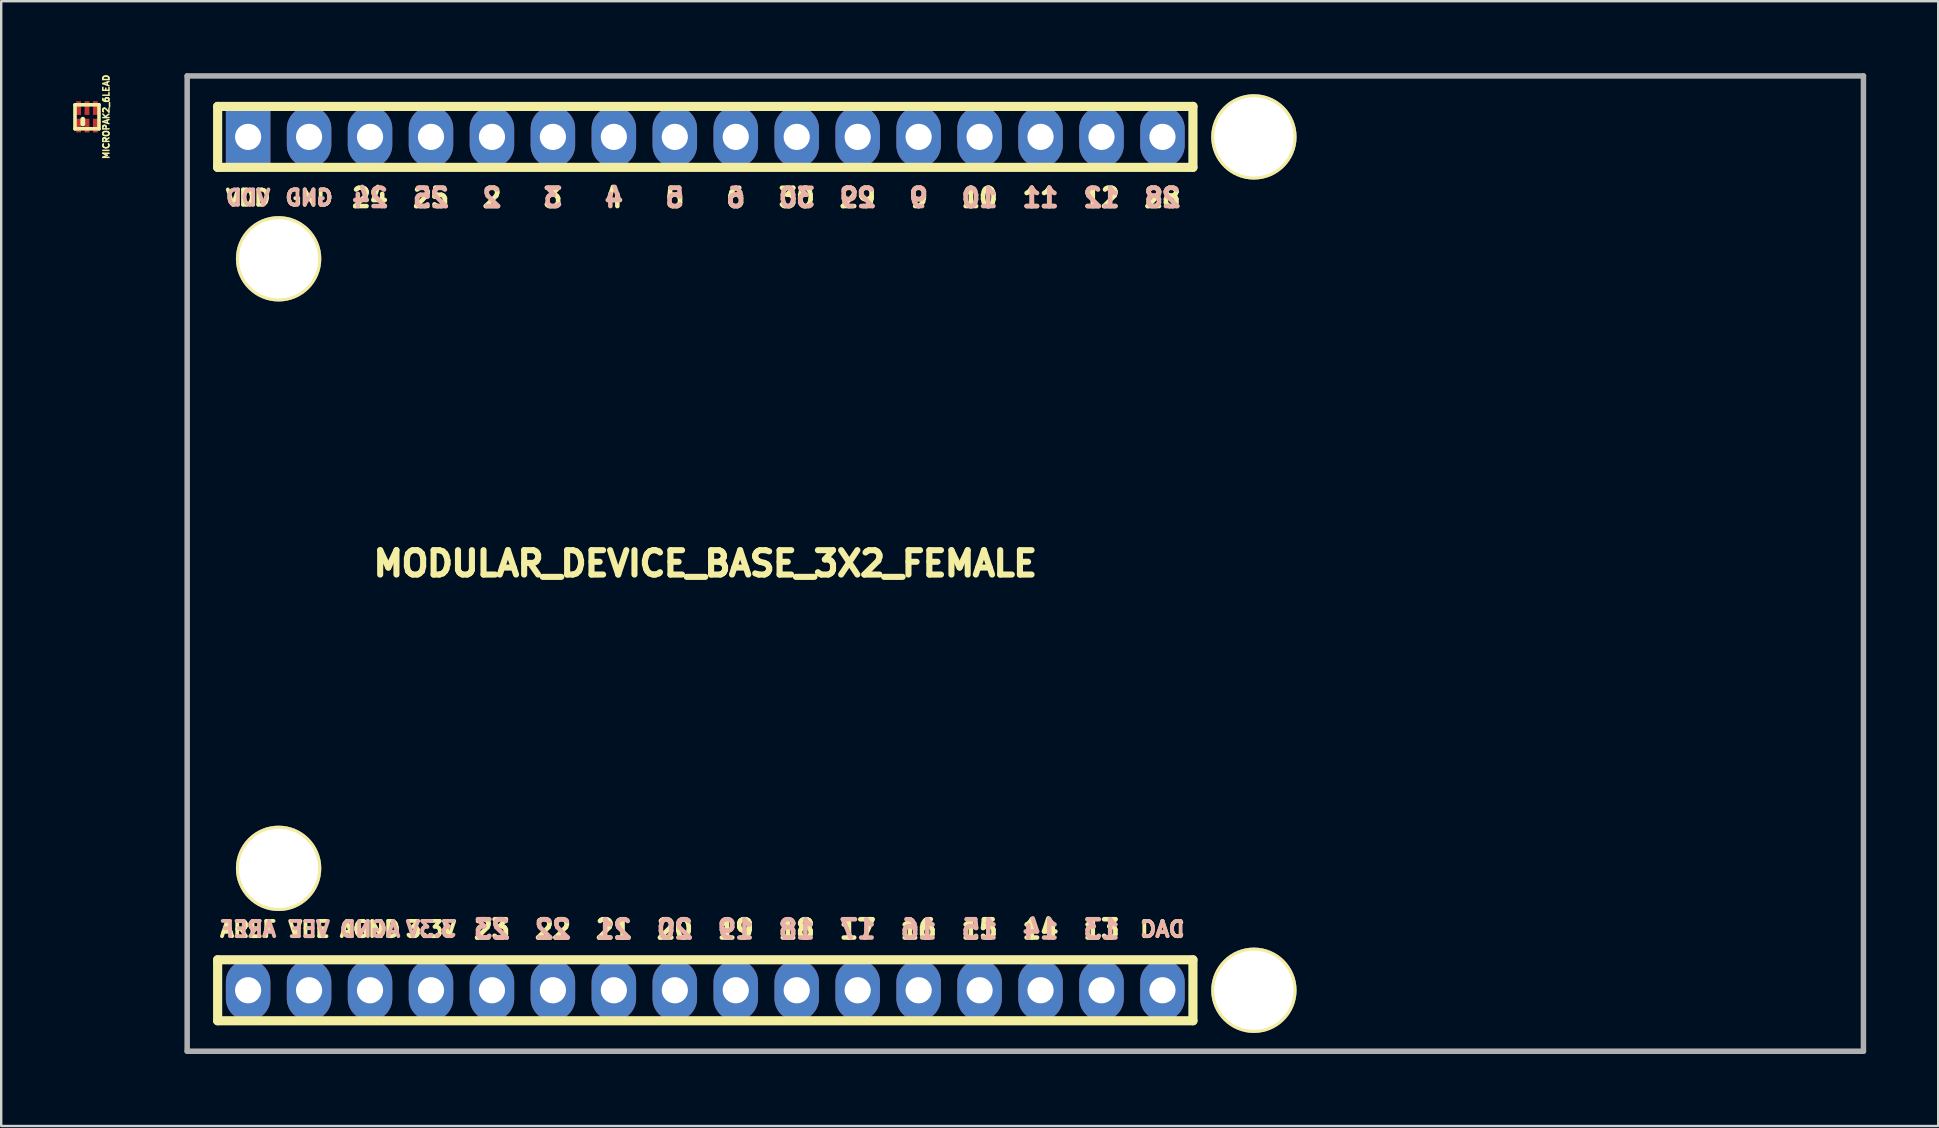
<source format=kicad_pcb>
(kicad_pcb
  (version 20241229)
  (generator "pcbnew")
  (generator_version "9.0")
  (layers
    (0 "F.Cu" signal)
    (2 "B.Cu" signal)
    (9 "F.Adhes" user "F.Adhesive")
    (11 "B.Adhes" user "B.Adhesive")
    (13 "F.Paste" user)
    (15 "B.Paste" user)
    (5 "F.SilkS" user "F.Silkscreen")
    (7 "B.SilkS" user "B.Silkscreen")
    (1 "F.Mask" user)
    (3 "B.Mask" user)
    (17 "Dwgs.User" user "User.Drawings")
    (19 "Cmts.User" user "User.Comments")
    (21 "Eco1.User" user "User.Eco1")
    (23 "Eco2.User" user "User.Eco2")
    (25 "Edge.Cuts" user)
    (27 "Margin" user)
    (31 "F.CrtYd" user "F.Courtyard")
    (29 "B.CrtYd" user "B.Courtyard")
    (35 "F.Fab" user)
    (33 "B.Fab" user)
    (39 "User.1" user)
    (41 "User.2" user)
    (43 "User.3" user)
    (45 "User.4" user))
  (footprint "MODULAR_DEVICE_BASE_3X2_FEMALE"
    (layer "F.Cu")
    (at 26.339 20.434)
    (property "Reference" "MODULAR_DEVICE_BASE_3X2_FEMALE" (at 0 0 0) (layer "F.SilkS") (effects (font (size 1.016 1.016) (thickness 0.254))))
    (attr through_hole)
    (fp_line (start -20.32 -19.05) (end -20.32 -16.51) (stroke (width 0.381) (type solid)) (layer "F.SilkS"))
    (fp_line (start -20.32 -16.51) (end 20.32 -16.51) (stroke (width 0.381) (type solid)) (layer "F.SilkS"))
    (fp_line (start -20.32 16.51) (end -20.32 19.05) (stroke (width 0.381) (type solid)) (layer "F.SilkS"))
    (fp_line (start -20.32 19.05) (end 20.32 19.05) (stroke (width 0.381) (type solid)) (layer "F.SilkS"))
    (fp_line (start 20.32 -19.05) (end -20.32 -19.05) (stroke (width 0.381) (type solid)) (layer "F.SilkS"))
    (fp_line (start 20.32 -16.51) (end 20.32 -19.05) (stroke (width 0.381) (type solid)) (layer "F.SilkS"))
    (fp_line (start 20.32 16.51) (end -20.32 16.51) (stroke (width 0.381) (type solid)) (layer "F.SilkS"))
    (fp_line (start 20.32 19.05) (end 20.32 16.51) (stroke (width 0.381) (type solid)) (layer "F.SilkS"))
    (fp_line (start -21.59 -20.32) (end -21.59 20.32) (stroke (width 0.229) (type solid)) (layer "F.Fab"))
    (fp_line (start -21.59 20.32) (end 48.26 20.32) (stroke (width 0.229) (type solid)) (layer "F.Fab"))
    (fp_line (start 48.26 -20.32) (end -21.59 -20.32) (stroke (width 0.229) (type solid)) (layer "F.Fab"))
    (fp_line (start 48.26 20.32) (end 48.26 -20.32) (stroke (width 0.229) (type solid)) (layer "F.Fab"))
    (fp_text user "23" (at -8.89 15.24 0) (layer "F.SilkS") (effects (font (size 0.762 0.762) (thickness 0.191))))
    (fp_text user "3" (at -6.35 -15.24 0) (layer "F.SilkS") (effects (font (size 0.762 0.762) (thickness 0.191))))
    (fp_text user "AGND" (at -13.97 15.24 0) (layer "F.SilkS") (effects (font (size 0.635 0.635) (thickness 0.159))))
    (fp_text user "DAC" (at 19.05 15.24 0) (layer "F.SilkS") (effects (font (size 0.635 0.635) (thickness 0.159))))
    (fp_text user "22" (at -6.35 15.24 0) (layer "F.SilkS") (effects (font (size 0.762 0.762) (thickness 0.191))))
    (fp_text user "20" (at -1.27 15.24 0) (layer "F.SilkS") (effects (font (size 0.762 0.762) (thickness 0.191))))
    (fp_text user "2" (at -8.89 -15.24 0) (layer "F.SilkS") (effects (font (size 0.762 0.762) (thickness 0.191))))
    (fp_text user "28" (at 19.05 -15.24 0) (layer "F.SilkS") (effects (font (size 0.762 0.762) (thickness 0.191))))
    (fp_text user "12" (at 16.51 -15.24 0) (layer "F.SilkS") (effects (font (size 0.762 0.762) (thickness 0.191))))
    (fp_text user "10" (at 11.43 -15.24 0) (layer "F.SilkS") (effects (font (size 0.762 0.762) (thickness 0.191))))
    (fp_text user "4" (at -3.81 -15.24 0) (layer "F.SilkS") (effects (font (size 0.762 0.762) (thickness 0.191))))
    (fp_text user "29" (at 6.35 -15.24 0) (layer "F.SilkS") (effects (font (size 0.762 0.762) (thickness 0.191))))
    (fp_text user "14" (at 13.97 15.24 0) (layer "F.SilkS") (effects (font (size 0.762 0.762) (thickness 0.191))))
    (fp_text user "5" (at -1.27 -15.24 0) (layer "F.SilkS") (effects (font (size 0.762 0.762) (thickness 0.191))))
    (fp_text user "18" (at 3.81 15.24 0) (layer "F.SilkS") (effects (font (size 0.762 0.762) (thickness 0.191))))
    (fp_text user "VEE" (at -16.51 15.24 0) (layer "F.SilkS") (effects (font (size 0.635 0.635) (thickness 0.159))))
    (fp_text user "VDD" (at -19.05 -15.24 0) (layer "F.SilkS") (effects (font (size 0.635 0.635) (thickness 0.159))))
    (fp_text user "25" (at -11.43 -15.24 0) (layer "F.SilkS") (effects (font (size 0.762 0.762) (thickness 0.191))))
    (fp_text user "13" (at 16.51 15.24 0) (layer "F.SilkS") (effects (font (size 0.762 0.762) (thickness 0.191))))
    (fp_text user "21" (at -3.81 15.24 0) (layer "F.SilkS") (effects (font (size 0.762 0.762) (thickness 0.191))))
    (fp_text user "3.3V" (at -11.43 15.24 0) (layer "F.SilkS") (effects (font (size 0.635 0.635) (thickness 0.159))))
    (fp_text user "15" (at 11.43 15.24 0) (layer "F.SilkS") (effects (font (size 0.762 0.762) (thickness 0.191))))
    (fp_text user "11" (at 13.97 -15.24 0) (layer "F.SilkS") (effects (font (size 0.762 0.762) (thickness 0.191))))
    (fp_text user "6" (at 1.27 -15.24 0) (layer "F.SilkS") (effects (font (size 0.762 0.762) (thickness 0.191))))
    (fp_text user "19" (at 1.27 15.24 0) (layer "F.SilkS") (effects (font (size 0.762 0.762) (thickness 0.191))))
    (fp_text user "AREF" (at -19.05 15.24 0) (layer "F.SilkS") (effects (font (size 0.635 0.635) (thickness 0.159))))
    (fp_text user "9" (at 8.89 -15.24 0) (layer "F.SilkS") (effects (font (size 0.762 0.762) (thickness 0.191))))
    (fp_text user "30" (at 3.81 -15.24 0) (layer "F.SilkS") (effects (font (size 0.762 0.762) (thickness 0.191))))
    (fp_text user "16" (at 8.89 15.24 0) (layer "F.SilkS") (effects (font (size 0.762 0.762) (thickness 0.191))))
    (fp_text user "GND" (at -16.51 -15.24 0) (layer "F.SilkS") (effects (font (size 0.635 0.635) (thickness 0.159))))
    (fp_text user "17" (at 6.35 15.24 0) (layer "F.SilkS") (effects (font (size 0.762 0.762) (thickness 0.191))))
    (fp_text user "24" (at -13.97 -15.24 0) (layer "F.SilkS") (effects (font (size 0.762 0.762) (thickness 0.191))))
    (fp_text user "2" (at -8.89 -15.24 0) (layer "B.SilkS") (effects (font (size 0.762 0.762) (thickness 0.191)) (justify mirror)))
    (fp_text user "15" (at 11.43 15.24 0) (layer "B.SilkS") (effects (font (size 0.762 0.762) (thickness 0.191)) (justify mirror)))
    (fp_text user "13" (at 16.51 15.24 0) (layer "B.SilkS") (effects (font (size 0.762 0.762) (thickness 0.191)) (justify mirror)))
    (fp_text user "3" (at -6.35 -15.24 0) (layer "B.SilkS") (effects (font (size 0.762 0.762) (thickness 0.191)) (justify mirror)))
    (fp_text user "5" (at -1.27 -15.24 0) (layer "B.SilkS") (effects (font (size 0.762 0.762) (thickness 0.191)) (justify mirror)))
    (fp_text user "AREF" (at -19.05 15.24 0) (layer "B.SilkS") (effects (font (size 0.635 0.635) (thickness 0.159)) (justify mirror)))
    (fp_text user "23" (at -8.89 15.24 0) (layer "B.SilkS") (effects (font (size 0.762 0.762) (thickness 0.191)) (justify mirror)))
    (fp_text user "14" (at 13.97 15.24 0) (layer "B.SilkS") (effects (font (size 0.762 0.762) (thickness 0.191)) (justify mirror)))
    (fp_text user "6" (at 1.27 -15.24 0) (layer "B.SilkS") (effects (font (size 0.762 0.762) (thickness 0.191)) (justify mirror)))
    (fp_text user "9" (at 8.89 -15.24 0) (layer "B.SilkS") (effects (font (size 0.762 0.762) (thickness 0.191)) (justify mirror)))
    (fp_text user "19" (at 1.27 15.24 0) (layer "B.SilkS") (effects (font (size 0.762 0.762) (thickness 0.191)) (justify mirror)))
    (fp_text user "20" (at -1.27 15.24 0) (layer "B.SilkS") (effects (font (size 0.762 0.762) (thickness 0.191)) (justify mirror)))
    (fp_text user "24" (at -13.97 -15.24 0) (layer "B.SilkS") (effects (font (size 0.762 0.762) (thickness 0.191)) (justify mirror)))
    (fp_text user "4" (at -3.81 -15.24 0) (layer "B.SilkS") (effects (font (size 0.762 0.762) (thickness 0.191)) (justify mirror)))
    (fp_text user "21" (at -3.81 15.24 0) (layer "B.SilkS") (effects (font (size 0.762 0.762) (thickness 0.191)) (justify mirror)))
    (fp_text user "AGND" (at -13.97 15.24 0) (layer "B.SilkS") (effects (font (size 0.635 0.635) (thickness 0.159)) (justify mirror)))
    (fp_text user "10" (at 11.43 -15.24 0) (layer "B.SilkS") (effects (font (size 0.762 0.762) (thickness 0.191)) (justify mirror)))
    (fp_text user "11" (at 13.97 -15.24 0) (layer "B.SilkS") (effects (font (size 0.762 0.762) (thickness 0.191)) (justify mirror)))
    (fp_text user "12" (at 16.51 -15.24 0) (layer "B.SilkS") (effects (font (size 0.762 0.762) (thickness 0.191)) (justify mirror)))
    (fp_text user "VDD" (at -19.05 -15.24 0) (layer "B.SilkS") (effects (font (size 0.635 0.635) (thickness 0.159)) (justify mirror)))
    (fp_text user "17" (at 6.35 15.24 0) (layer "B.SilkS") (effects (font (size 0.762 0.762) (thickness 0.191)) (justify mirror)))
    (fp_text user "25" (at -11.43 -15.24 0) (layer "B.SilkS") (effects (font (size 0.762 0.762) (thickness 0.191)) (justify mirror)))
    (fp_text user "22" (at -6.35 15.24 0) (layer "B.SilkS") (effects (font (size 0.762 0.762) (thickness 0.191)) (justify mirror)))
    (fp_text user "18" (at 3.81 15.24 0) (layer "B.SilkS") (effects (font (size 0.762 0.762) (thickness 0.191)) (justify mirror)))
    (fp_text user "28" (at 19.05 -15.24 0) (layer "B.SilkS") (effects (font (size 0.762 0.762) (thickness 0.191)) (justify mirror)))
    (fp_text user "29" (at 6.35 -15.24 0) (layer "B.SilkS") (effects (font (size 0.762 0.762) (thickness 0.191)) (justify mirror)))
    (fp_text user "DAC" (at 19.05 15.24 0) (layer "B.SilkS") (effects (font (size 0.635 0.635) (thickness 0.159)) (justify mirror)))
    (fp_text user "16" (at 8.89 15.24 0) (layer "B.SilkS") (effects (font (size 0.762 0.762) (thickness 0.191)) (justify mirror)))
    (fp_text user "VEE" (at -16.51 15.24 0) (layer "B.SilkS") (effects (font (size 0.635 0.635) (thickness 0.159)) (justify mirror)))
    (fp_text user "3.3V" (at -11.43 15.24 0) (layer "B.SilkS") (effects (font (size 0.635 0.635) (thickness 0.159)) (justify mirror)))
    (fp_text user "30" (at 3.81 -15.24 0) (layer "B.SilkS") (effects (font (size 0.762 0.762) (thickness 0.191)) (justify mirror)))
    (fp_text user "GND" (at -16.51 -15.24 0) (layer "B.SilkS") (effects (font (size 0.635 0.635) (thickness 0.159)) (justify mirror)))
    (pad "" thru_hole circle (at -17.78 -12.7) (size 3.556 3.556) (drill 3.302) (layers "*.Cu" "*.Mask" "F.SilkS"))
    (pad "" thru_hole circle (at -17.78 12.7) (size 3.556 3.556) (drill 3.302) (layers "*.Cu" "*.Mask" "F.SilkS"))
    (pad "" thru_hole circle (at 22.86 -17.78) (size 3.556 3.556) (drill 3.302) (layers "*.Cu" "*.Mask" "F.SilkS"))
    (pad "" thru_hole circle (at 22.86 17.78) (size 3.556 3.556) (drill 3.302) (layers "*.Cu" "*.Mask" "F.SilkS"))
    (pad "2" thru_hole oval (at -8.89 -17.78) (size 1.854 2.54) (drill 1.092) (layers "*.Cu" "*.Mask"))
    (pad "3" thru_hole oval (at -6.35 -17.78) (size 1.854 2.54) (drill 1.092) (layers "*.Cu" "*.Mask"))
    (pad "3V3" thru_hole oval (at -11.43 17.78) (size 1.854 2.54) (drill 1.092) (layers "*.Cu" "*.Mask"))
    (pad "4" thru_hole oval (at -3.81 -17.78) (size 1.854 2.54) (drill 1.092) (layers "*.Cu" "*.Mask"))
    (pad "5" thru_hole oval (at -1.27 -17.78) (size 1.854 2.54) (drill 1.092) (layers "*.Cu" "*.Mask"))
    (pad "6" thru_hole oval (at 1.27 -17.78) (size 1.854 2.54) (drill 1.092) (layers "*.Cu" "*.Mask"))
    (pad "9" thru_hole oval (at 8.89 -17.78) (size 1.854 2.54) (drill 1.092) (layers "*.Cu" "*.Mask"))
    (pad "10" thru_hole oval (at 11.43 -17.78) (size 1.854 2.54) (drill 1.092) (layers "*.Cu" "*.Mask"))
    (pad "11" thru_hole oval (at 13.97 -17.78) (size 1.854 2.54) (drill 1.092) (layers "*.Cu" "*.Mask"))
    (pad "12" thru_hole oval (at 16.51 -17.78) (size 1.854 2.54) (drill 1.092) (layers "*.Cu" "*.Mask"))
    (pad "13" thru_hole oval (at 16.51 17.78) (size 1.854 2.54) (drill 1.092) (layers "*.Cu" "*.Mask"))
    (pad "14" thru_hole oval (at 13.97 17.78) (size 1.854 2.54) (drill 1.092) (layers "*.Cu" "*.Mask"))
    (pad "15" thru_hole oval (at 11.43 17.78) (size 1.854 2.54) (drill 1.092) (layers "*.Cu" "*.Mask"))
    (pad "16" thru_hole oval (at 8.89 17.78) (size 1.854 2.54) (drill 1.092) (layers "*.Cu" "*.Mask"))
    (pad "17" thru_hole oval (at 6.35 17.78) (size 1.854 2.54) (drill 1.092) (layers "*.Cu" "*.Mask"))
    (pad "18" thru_hole oval (at 3.81 17.78) (size 1.854 2.54) (drill 1.092) (layers "*.Cu" "*.Mask"))
    (pad "19" thru_hole oval (at 1.27 17.78) (size 1.854 2.54) (drill 1.092) (layers "*.Cu" "*.Mask"))
    (pad "20" thru_hole oval (at -1.27 17.78) (size 1.854 2.54) (drill 1.092) (layers "*.Cu" "*.Mask"))
    (pad "21" thru_hole oval (at -3.81 17.78) (size 1.854 2.54) (drill 1.092) (layers "*.Cu" "*.Mask"))
    (pad "22" thru_hole oval (at -6.35 17.78) (size 1.854 2.54) (drill 1.092) (layers "*.Cu" "*.Mask"))
    (pad "23" thru_hole oval (at -8.89 17.78) (size 1.854 2.54) (drill 1.092) (layers "*.Cu" "*.Mask"))
    (pad "24" thru_hole oval (at -13.97 -17.78) (size 1.854 2.54) (drill 1.092) (layers "*.Cu" "*.Mask"))
    (pad "25" thru_hole oval (at -11.43 -17.78) (size 1.854 2.54) (drill 1.092) (layers "*.Cu" "*.Mask"))
    (pad "28" thru_hole oval (at 19.05 -17.78) (size 1.854 2.54) (drill 1.092) (layers "*.Cu" "*.Mask"))
    (pad "29" thru_hole oval (at 6.35 -17.78) (size 1.854 2.54) (drill 1.092) (layers "*.Cu" "*.Mask"))
    (pad "30" thru_hole oval (at 3.81 -17.78) (size 1.854 2.54) (drill 1.092) (layers "*.Cu" "*.Mask"))
    (pad "AGND" thru_hole oval (at -13.97 17.78) (size 1.854 2.54) (drill 1.092) (layers "*.Cu" "*.Mask"))
    (pad "AREF" thru_hole oval (at -19.05 17.78) (size 1.854 2.54) (drill 1.092) (layers "*.Cu" "*.Mask"))
    (pad "DAC" thru_hole oval (at 19.05 17.78) (size 1.854 2.54) (drill 1.092) (layers "*.Cu" "*.Mask"))
    (pad "GND" thru_hole oval (at -16.51 -17.78) (size 1.854 2.54) (drill 1.092) (layers "*.Cu" "*.Mask"))
    (pad "VDD" thru_hole rect (at -19.05 -17.78) (size 1.854 2.54) (drill 1.092) (layers "*.Cu" "*.Mask"))
    (pad "VEE" thru_hole oval (at -16.51 17.78) (size 1.854 2.54) (drill 1.092) (layers "*.Cu" "*.Mask")))
  (footprint "MICROPAK2_6LEAD"
    (layer "F.Cu")
    (at 0.575 1.818)
    (property "Reference" "MICROPAK2_6LEAD" (at 0.8 0 90) (layer "F.SilkS") (effects (font (size 0.254 0.254) (thickness 0.064))))
    (attr through_hole)
    (fp_line (start -0.5 -0.5) (end -0.5 0.5) (stroke (width 0.15) (type solid)) (layer "F.SilkS"))
    (fp_line (start -0.5 0.5) (end 0.5 0.5) (stroke (width 0.15) (type solid)) (layer "F.SilkS"))
    (fp_line (start -0.175 0.1) (end -0.175 0.3) (stroke (width 0.2) (type solid)) (layer "F.SilkS"))
    (fp_line (start 0.5 -0.5) (end -0.5 -0.5) (stroke (width 0.15) (type solid)) (layer "F.SilkS"))
    (fp_line (start 0.5 0.5) (end 0.5 -0.5) (stroke (width 0.15) (type solid)) (layer "F.SilkS"))
    (pad "1" smd rect (at -0.35 0.365) (size 0.2 0.57) (layers "F.Cu" "F.Mask" "F.Paste"))
    (pad "2" smd rect (at 0 0.365) (size 0.2 0.57) (layers "F.Cu" "F.Mask" "F.Paste"))
    (pad "3" smd rect (at 0.35 0.365) (size 0.2 0.57) (layers "F.Cu" "F.Mask" "F.Paste"))
    (pad "4" smd rect (at 0.35 -0.365) (size 0.2 0.57) (layers "F.Cu" "F.Mask" "F.Paste"))
    (pad "5" smd rect (at 0 -0.365) (size 0.2 0.57) (layers "F.Cu" "F.Mask" "F.Paste"))
    (pad "6" smd rect (at -0.35 -0.365) (size 0.2 0.57) (layers "F.Cu" "F.Mask" "F.Paste")))
  (gr_rect
    (start -3 -3)
    (end 77.714 43.869)
    (stroke (width 0.1) (type default))
    (fill no)
    (layer "Edge.Cuts")))
</source>
